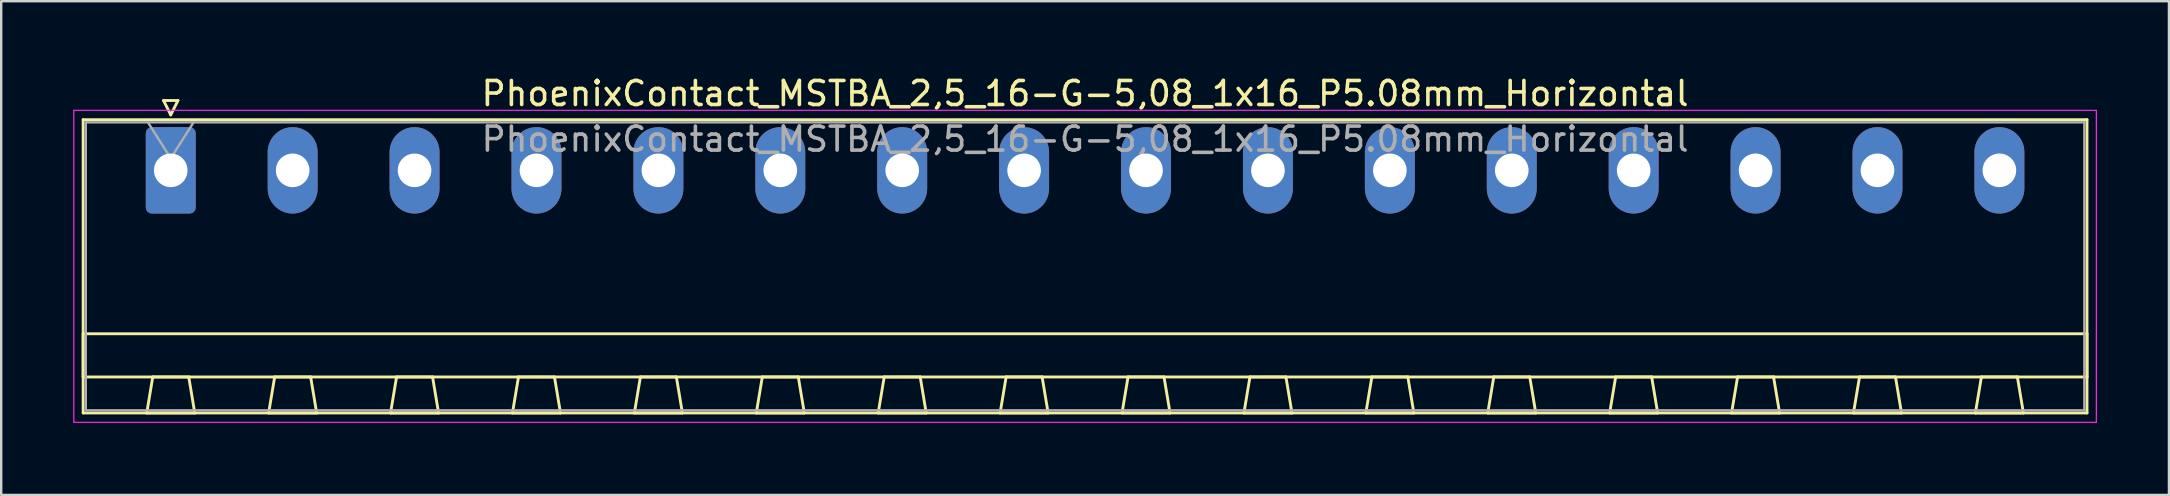
<source format=kicad_pcb>
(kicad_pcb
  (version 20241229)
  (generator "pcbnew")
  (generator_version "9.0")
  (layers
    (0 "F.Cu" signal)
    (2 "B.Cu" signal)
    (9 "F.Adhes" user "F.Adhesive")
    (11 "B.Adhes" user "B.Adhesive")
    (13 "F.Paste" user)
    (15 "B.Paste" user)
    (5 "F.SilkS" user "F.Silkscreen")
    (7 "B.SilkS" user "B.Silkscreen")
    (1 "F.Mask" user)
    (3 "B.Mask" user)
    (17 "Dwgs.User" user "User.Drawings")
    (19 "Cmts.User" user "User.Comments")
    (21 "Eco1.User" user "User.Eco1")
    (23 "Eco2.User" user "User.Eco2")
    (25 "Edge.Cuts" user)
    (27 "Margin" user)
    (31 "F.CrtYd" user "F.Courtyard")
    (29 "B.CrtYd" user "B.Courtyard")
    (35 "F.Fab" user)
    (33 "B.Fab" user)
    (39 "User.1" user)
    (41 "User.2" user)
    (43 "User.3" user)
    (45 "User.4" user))
  (footprint "PhoenixContact_MSTBA_2,5_16-G-5,08_1x16_P5.08mm_Horizontal"
    (layer "F.Cu")
    (at 4.065 4.048)
    (property "Reference" "PhoenixContact_MSTBA_2,5_16-G-5,08_1x16_P5.08mm_Horizontal" (at 38.1 -3.2 0) (layer "F.SilkS") (effects (font (size 1 1) (thickness 0.15))))
    (attr through_hole)
    (fp_line (start -3.65 -2.11) (end -3.65 10.11) (stroke (width 0.12) (type solid)) (layer "F.SilkS"))
    (fp_line (start -3.65 6.81) (end 79.85 6.81) (stroke (width 0.12) (type solid)) (layer "F.SilkS"))
    (fp_line (start -3.65 8.61) (end -3.65 6.81) (stroke (width 0.12) (type solid)) (layer "F.SilkS"))
    (fp_line (start -3.65 10.11) (end 79.85 10.11) (stroke (width 0.12) (type solid)) (layer "F.SilkS"))
    (fp_line (start -1 10.11) (end 1 10.11) (stroke (width 0.12) (type solid)) (layer "F.SilkS"))
    (fp_line (start -0.75 8.61) (end -1 10.11) (stroke (width 0.12) (type solid)) (layer "F.SilkS"))
    (fp_line (start -0.3 -2.91) (end 0.3 -2.91) (stroke (width 0.12) (type solid)) (layer "F.SilkS"))
    (fp_line (start 0 -2.31) (end -0.3 -2.91) (stroke (width 0.12) (type solid)) (layer "F.SilkS"))
    (fp_line (start 0.3 -2.91) (end 0 -2.31) (stroke (width 0.12) (type solid)) (layer "F.SilkS"))
    (fp_line (start 0.75 8.61) (end -0.75 8.61) (stroke (width 0.12) (type solid)) (layer "F.SilkS"))
    (fp_line (start 1 10.11) (end 0.75 8.61) (stroke (width 0.12) (type solid)) (layer "F.SilkS"))
    (fp_line (start 4.08 10.11) (end 6.08 10.11) (stroke (width 0.12) (type solid)) (layer "F.SilkS"))
    (fp_line (start 4.33 8.61) (end 4.08 10.11) (stroke (width 0.12) (type solid)) (layer "F.SilkS"))
    (fp_line (start 5.83 8.61) (end 4.33 8.61) (stroke (width 0.12) (type solid)) (layer "F.SilkS"))
    (fp_line (start 6.08 10.11) (end 5.83 8.61) (stroke (width 0.12) (type solid)) (layer "F.SilkS"))
    (fp_line (start 9.16 10.11) (end 11.16 10.11) (stroke (width 0.12) (type solid)) (layer "F.SilkS"))
    (fp_line (start 9.41 8.61) (end 9.16 10.11) (stroke (width 0.12) (type solid)) (layer "F.SilkS"))
    (fp_line (start 10.91 8.61) (end 9.41 8.61) (stroke (width 0.12) (type solid)) (layer "F.SilkS"))
    (fp_line (start 11.16 10.11) (end 10.91 8.61) (stroke (width 0.12) (type solid)) (layer "F.SilkS"))
    (fp_line (start 14.24 10.11) (end 16.24 10.11) (stroke (width 0.12) (type solid)) (layer "F.SilkS"))
    (fp_line (start 14.49 8.61) (end 14.24 10.11) (stroke (width 0.12) (type solid)) (layer "F.SilkS"))
    (fp_line (start 15.99 8.61) (end 14.49 8.61) (stroke (width 0.12) (type solid)) (layer "F.SilkS"))
    (fp_line (start 16.24 10.11) (end 15.99 8.61) (stroke (width 0.12) (type solid)) (layer "F.SilkS"))
    (fp_line (start 19.32 10.11) (end 21.32 10.11) (stroke (width 0.12) (type solid)) (layer "F.SilkS"))
    (fp_line (start 19.57 8.61) (end 19.32 10.11) (stroke (width 0.12) (type solid)) (layer "F.SilkS"))
    (fp_line (start 21.07 8.61) (end 19.57 8.61) (stroke (width 0.12) (type solid)) (layer "F.SilkS"))
    (fp_line (start 21.32 10.11) (end 21.07 8.61) (stroke (width 0.12) (type solid)) (layer "F.SilkS"))
    (fp_line (start 24.4 10.11) (end 26.4 10.11) (stroke (width 0.12) (type solid)) (layer "F.SilkS"))
    (fp_line (start 24.65 8.61) (end 24.4 10.11) (stroke (width 0.12) (type solid)) (layer "F.SilkS"))
    (fp_line (start 26.15 8.61) (end 24.65 8.61) (stroke (width 0.12) (type solid)) (layer "F.SilkS"))
    (fp_line (start 26.4 10.11) (end 26.15 8.61) (stroke (width 0.12) (type solid)) (layer "F.SilkS"))
    (fp_line (start 29.48 10.11) (end 31.48 10.11) (stroke (width 0.12) (type solid)) (layer "F.SilkS"))
    (fp_line (start 29.73 8.61) (end 29.48 10.11) (stroke (width 0.12) (type solid)) (layer "F.SilkS"))
    (fp_line (start 31.23 8.61) (end 29.73 8.61) (stroke (width 0.12) (type solid)) (layer "F.SilkS"))
    (fp_line (start 31.48 10.11) (end 31.23 8.61) (stroke (width 0.12) (type solid)) (layer "F.SilkS"))
    (fp_line (start 34.56 10.11) (end 36.56 10.11) (stroke (width 0.12) (type solid)) (layer "F.SilkS"))
    (fp_line (start 34.81 8.61) (end 34.56 10.11) (stroke (width 0.12) (type solid)) (layer "F.SilkS"))
    (fp_line (start 36.31 8.61) (end 34.81 8.61) (stroke (width 0.12) (type solid)) (layer "F.SilkS"))
    (fp_line (start 36.56 10.11) (end 36.31 8.61) (stroke (width 0.12) (type solid)) (layer "F.SilkS"))
    (fp_line (start 39.64 10.11) (end 41.64 10.11) (stroke (width 0.12) (type solid)) (layer "F.SilkS"))
    (fp_line (start 39.89 8.61) (end 39.64 10.11) (stroke (width 0.12) (type solid)) (layer "F.SilkS"))
    (fp_line (start 41.39 8.61) (end 39.89 8.61) (stroke (width 0.12) (type solid)) (layer "F.SilkS"))
    (fp_line (start 41.64 10.11) (end 41.39 8.61) (stroke (width 0.12) (type solid)) (layer "F.SilkS"))
    (fp_line (start 44.72 10.11) (end 46.72 10.11) (stroke (width 0.12) (type solid)) (layer "F.SilkS"))
    (fp_line (start 44.97 8.61) (end 44.72 10.11) (stroke (width 0.12) (type solid)) (layer "F.SilkS"))
    (fp_line (start 46.47 8.61) (end 44.97 8.61) (stroke (width 0.12) (type solid)) (layer "F.SilkS"))
    (fp_line (start 46.72 10.11) (end 46.47 8.61) (stroke (width 0.12) (type solid)) (layer "F.SilkS"))
    (fp_line (start 49.8 10.11) (end 51.8 10.11) (stroke (width 0.12) (type solid)) (layer "F.SilkS"))
    (fp_line (start 50.05 8.61) (end 49.8 10.11) (stroke (width 0.12) (type solid)) (layer "F.SilkS"))
    (fp_line (start 51.55 8.61) (end 50.05 8.61) (stroke (width 0.12) (type solid)) (layer "F.SilkS"))
    (fp_line (start 51.8 10.11) (end 51.55 8.61) (stroke (width 0.12) (type solid)) (layer "F.SilkS"))
    (fp_line (start 54.88 10.11) (end 56.88 10.11) (stroke (width 0.12) (type solid)) (layer "F.SilkS"))
    (fp_line (start 55.13 8.61) (end 54.88 10.11) (stroke (width 0.12) (type solid)) (layer "F.SilkS"))
    (fp_line (start 56.63 8.61) (end 55.13 8.61) (stroke (width 0.12) (type solid)) (layer "F.SilkS"))
    (fp_line (start 56.88 10.11) (end 56.63 8.61) (stroke (width 0.12) (type solid)) (layer "F.SilkS"))
    (fp_line (start 59.96 10.11) (end 61.96 10.11) (stroke (width 0.12) (type solid)) (layer "F.SilkS"))
    (fp_line (start 60.21 8.61) (end 59.96 10.11) (stroke (width 0.12) (type solid)) (layer "F.SilkS"))
    (fp_line (start 61.71 8.61) (end 60.21 8.61) (stroke (width 0.12) (type solid)) (layer "F.SilkS"))
    (fp_line (start 61.96 10.11) (end 61.71 8.61) (stroke (width 0.12) (type solid)) (layer "F.SilkS"))
    (fp_line (start 65.04 10.11) (end 67.04 10.11) (stroke (width 0.12) (type solid)) (layer "F.SilkS"))
    (fp_line (start 65.29 8.61) (end 65.04 10.11) (stroke (width 0.12) (type solid)) (layer "F.SilkS"))
    (fp_line (start 66.79 8.61) (end 65.29 8.61) (stroke (width 0.12) (type solid)) (layer "F.SilkS"))
    (fp_line (start 67.04 10.11) (end 66.79 8.61) (stroke (width 0.12) (type solid)) (layer "F.SilkS"))
    (fp_line (start 70.12 10.11) (end 72.12 10.11) (stroke (width 0.12) (type solid)) (layer "F.SilkS"))
    (fp_line (start 70.37 8.61) (end 70.12 10.11) (stroke (width 0.12) (type solid)) (layer "F.SilkS"))
    (fp_line (start 71.87 8.61) (end 70.37 8.61) (stroke (width 0.12) (type solid)) (layer "F.SilkS"))
    (fp_line (start 72.12 10.11) (end 71.87 8.61) (stroke (width 0.12) (type solid)) (layer "F.SilkS"))
    (fp_line (start 75.2 10.11) (end 77.2 10.11) (stroke (width 0.12) (type solid)) (layer "F.SilkS"))
    (fp_line (start 75.45 8.61) (end 75.2 10.11) (stroke (width 0.12) (type solid)) (layer "F.SilkS"))
    (fp_line (start 76.95 8.61) (end 75.45 8.61) (stroke (width 0.12) (type solid)) (layer "F.SilkS"))
    (fp_line (start 77.2 10.11) (end 76.95 8.61) (stroke (width 0.12) (type solid)) (layer "F.SilkS"))
    (fp_line (start 79.85 -2.11) (end -3.65 -2.11) (stroke (width 0.12) (type solid)) (layer "F.SilkS"))
    (fp_line (start 79.85 6.81) (end 79.85 8.61) (stroke (width 0.12) (type solid)) (layer "F.SilkS"))
    (fp_line (start 79.85 8.61) (end -3.65 8.61) (stroke (width 0.12) (type solid)) (layer "F.SilkS"))
    (fp_line (start 79.85 10.11) (end 79.85 -2.11) (stroke (width 0.12) (type solid)) (layer "F.SilkS"))
    (fp_line (start -4.04 -2.5) (end -4.04 10.5) (stroke (width 0.05) (type solid)) (layer "F.CrtYd"))
    (fp_line (start -4.04 10.5) (end 80.24 10.5) (stroke (width 0.05) (type solid)) (layer "F.CrtYd"))
    (fp_line (start 80.24 -2.5) (end -4.04 -2.5) (stroke (width 0.05) (type solid)) (layer "F.CrtYd"))
    (fp_line (start 80.24 10.5) (end 80.24 -2.5) (stroke (width 0.05) (type solid)) (layer "F.CrtYd"))
    (fp_line (start -3.54 -2) (end -3.54 10) (stroke (width 0.1) (type solid)) (layer "F.Fab"))
    (fp_line (start -3.54 10) (end 79.74 10) (stroke (width 0.1) (type solid)) (layer "F.Fab"))
    (fp_line (start 0 -0.5) (end -0.95 -2) (stroke (width 0.1) (type solid)) (layer "F.Fab"))
    (fp_line (start 0.95 -2) (end 0 -0.5) (stroke (width 0.1) (type solid)) (layer "F.Fab"))
    (fp_line (start 79.74 -2) (end -3.54 -2) (stroke (width 0.1) (type solid)) (layer "F.Fab"))
    (fp_line (start 79.74 10) (end 79.74 -2) (stroke (width 0.1) (type solid)) (layer "F.Fab"))
    (fp_text user "${REFERENCE}" (at 38.1 -1.3 0) (layer "F.Fab") (effects (font (size 1 1) (thickness 0.15))))
    (pad "1" thru_hole roundrect (at 0 0) (size 2.08 3.6) (drill 1.4) (layers "*.Cu" "*.Mask") (roundrect_rratio 0.12))
    (pad "2" thru_hole oval (at 5.08 0) (size 2.08 3.6) (drill 1.4) (layers "*.Cu" "*.Mask"))
    (pad "3" thru_hole oval (at 10.16 0) (size 2.08 3.6) (drill 1.4) (layers "*.Cu" "*.Mask"))
    (pad "4" thru_hole oval (at 15.24 0) (size 2.08 3.6) (drill 1.4) (layers "*.Cu" "*.Mask"))
    (pad "5" thru_hole oval (at 20.32 0) (size 2.08 3.6) (drill 1.4) (layers "*.Cu" "*.Mask"))
    (pad "6" thru_hole oval (at 25.4 0) (size 2.08 3.6) (drill 1.4) (layers "*.Cu" "*.Mask"))
    (pad "7" thru_hole oval (at 30.48 0) (size 2.08 3.6) (drill 1.4) (layers "*.Cu" "*.Mask"))
    (pad "8" thru_hole oval (at 35.56 0) (size 2.08 3.6) (drill 1.4) (layers "*.Cu" "*.Mask"))
    (pad "9" thru_hole oval (at 40.64 0) (size 2.08 3.6) (drill 1.4) (layers "*.Cu" "*.Mask"))
    (pad "10" thru_hole oval (at 45.72 0) (size 2.08 3.6) (drill 1.4) (layers "*.Cu" "*.Mask"))
    (pad "11" thru_hole oval (at 50.8 0) (size 2.08 3.6) (drill 1.4) (layers "*.Cu" "*.Mask"))
    (pad "12" thru_hole oval (at 55.88 0) (size 2.08 3.6) (drill 1.4) (layers "*.Cu" "*.Mask"))
    (pad "13" thru_hole oval (at 60.96 0) (size 2.08 3.6) (drill 1.4) (layers "*.Cu" "*.Mask"))
    (pad "14" thru_hole oval (at 66.04 0) (size 2.08 3.6) (drill 1.4) (layers "*.Cu" "*.Mask"))
    (pad "15" thru_hole oval (at 71.12 0) (size 2.08 3.6) (drill 1.4) (layers "*.Cu" "*.Mask"))
    (pad "16" thru_hole oval (at 76.2 0) (size 2.08 3.6) (drill 1.4) (layers "*.Cu" "*.Mask")))
  (gr_rect
    (start -3 -3)
    (end 87.33 17.573)
    (stroke (width 0.1) (type default))
    (fill no)
    (layer "Edge.Cuts")))
</source>
